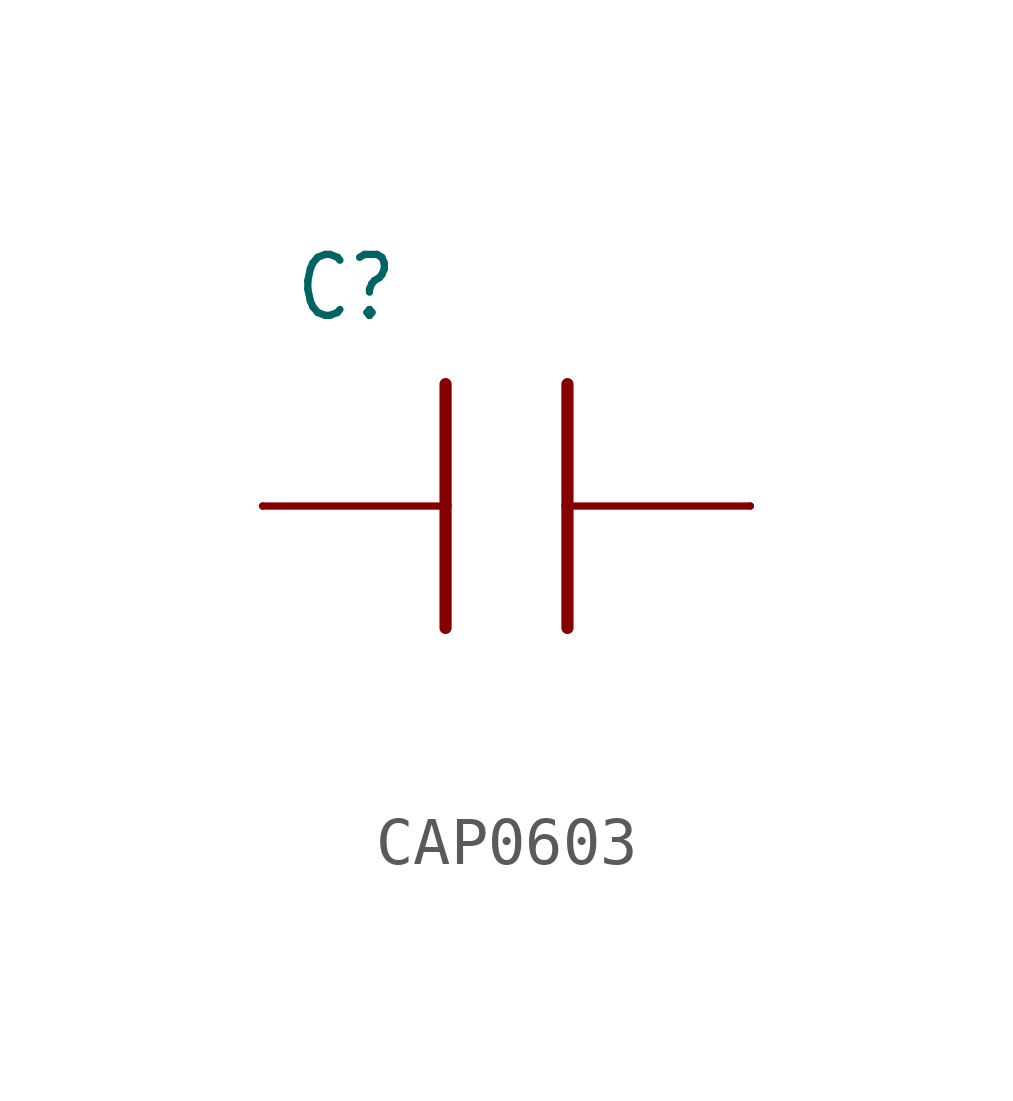
<source format=kicad_sym>
(kicad_symbol_lib
  (version 20231120)
  (generator "kicad_symbol_editor")
  (generator_version "8.0")
  (symbol "CAP0603"
    (property "Reference" "C"
      (at -4.445 3.81 0)
      (effects (font (size 1.27 1.079)) (justify left bottom)))
    (property "Value" ""
      (at -5.08 -5.08 0)
      (effects (font (size 1.27 1.079)) (justify left bottom)))
    (property "ki_locked" ""
      (at 0 0 0)
      (effects (font (size 1.27 1.27))))
    (symbol "CAP0603_1_0"
      (polyline (pts (xy -5.08 0) (xy -1.27 0)) (stroke (width 0.152) (type solid)) (fill (type none)))
      (polyline (pts (xy -1.27 0) (xy -1.27 -2.54)) (stroke (width 0.254) (type solid)) (fill (type none)))
      (polyline (pts (xy -1.27 2.54) (xy -1.27 0)) (stroke (width 0.254) (type solid)) (fill (type none)))
      (polyline (pts (xy 1.27 0) (xy 1.27 -2.54)) (stroke (width 0.254) (type solid)) (fill (type none)))
      (polyline (pts (xy 1.27 2.54) (xy 1.27 0)) (stroke (width 0.254) (type solid)) (fill (type none)))
      (polyline (pts (xy 5.08 0) (xy 1.27 0)) (stroke (width 0.152) (type solid)) (fill (type none)))
      (pin passive line (at -5.08 0 0) (length 0) (name "P$1" (effects (font (size 0 0)))) (number "1" (effects (font (size 0 0)))))
      (pin passive line (at 5.08 0 180) (length 0) (name "P$2" (effects (font (size 0 0)))) (number "2" (effects (font (size 0 0))))))))
</source>
